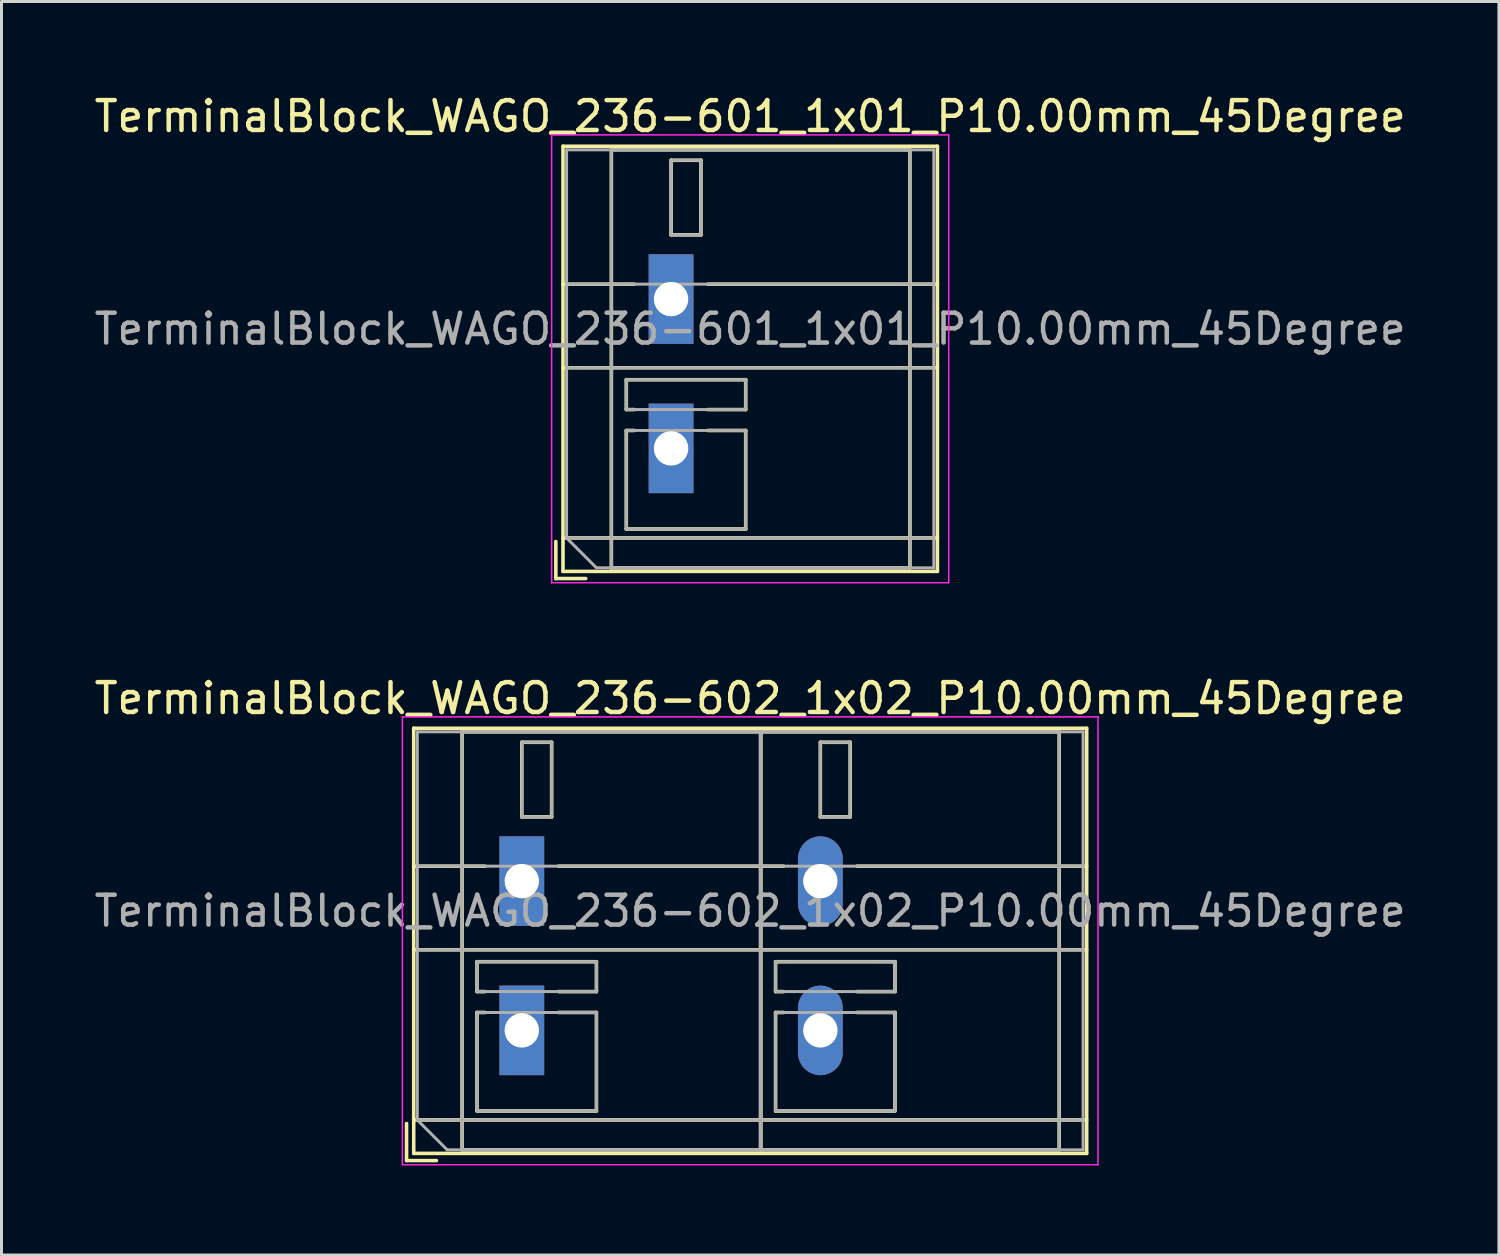
<source format=kicad_pcb>
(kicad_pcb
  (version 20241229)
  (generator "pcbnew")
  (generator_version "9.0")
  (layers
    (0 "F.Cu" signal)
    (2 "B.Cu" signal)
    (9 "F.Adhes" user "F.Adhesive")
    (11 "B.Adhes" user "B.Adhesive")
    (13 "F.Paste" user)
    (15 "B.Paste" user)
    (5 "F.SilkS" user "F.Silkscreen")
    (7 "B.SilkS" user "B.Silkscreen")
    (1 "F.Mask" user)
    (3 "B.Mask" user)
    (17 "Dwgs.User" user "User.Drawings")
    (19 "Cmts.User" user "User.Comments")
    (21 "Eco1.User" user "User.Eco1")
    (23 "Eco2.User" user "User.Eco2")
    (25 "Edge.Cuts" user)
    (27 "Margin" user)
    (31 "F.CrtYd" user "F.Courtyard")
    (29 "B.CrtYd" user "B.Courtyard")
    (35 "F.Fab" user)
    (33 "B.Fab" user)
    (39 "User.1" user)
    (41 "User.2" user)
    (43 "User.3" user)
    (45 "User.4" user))
  (footprint "TerminalBlock_WAGO_236-602_1x02_P10.00mm_45Degree"
    (layer "F.Cu")
    (at 14.427 26.462)
    (property "Reference" "TerminalBlock_WAGO_236-602_1x02_P10.00mm_45Degree" (at 7.65 -6.12 0) (layer "F.SilkS") (effects (font (size 1 1) (thickness 0.15))))
    (attr through_hole)
    (fp_line (start -3.86 8.12) (end -3.86 9.36) (stroke (width 0.12) (type solid)) (layer "F.SilkS"))
    (fp_line (start -3.86 9.36) (end -2.86 9.36) (stroke (width 0.12) (type solid)) (layer "F.SilkS"))
    (fp_line (start -3.62 -5.12) (end -3.62 9.12) (stroke (width 0.12) (type solid)) (layer "F.SilkS"))
    (fp_line (start -3.62 -5.12) (end 18.92 -5.12) (stroke (width 0.12) (type solid)) (layer "F.SilkS"))
    (fp_line (start -3.62 -0.5) (end -1.23 -0.5) (stroke (width 0.12) (type solid)) (layer "F.SilkS"))
    (fp_line (start -3.62 2.3) (end 18.92 2.3) (stroke (width 0.12) (type solid)) (layer "F.SilkS"))
    (fp_line (start -3.62 8) (end 18.92 8) (stroke (width 0.12) (type solid)) (layer "F.SilkS"))
    (fp_line (start -3.62 9.12) (end 18.92 9.12) (stroke (width 0.12) (type solid)) (layer "F.SilkS"))
    (fp_line (start -2 -5) (end -2 9) (stroke (width 0.12) (type solid)) (layer "F.SilkS"))
    (fp_line (start -2 -5) (end 8 -5) (stroke (width 0.12) (type solid)) (layer "F.SilkS"))
    (fp_line (start -2 9) (end 8 9) (stroke (width 0.12) (type solid)) (layer "F.SilkS"))
    (fp_line (start -1.5 2.7) (end -1.5 3.7) (stroke (width 0.12) (type solid)) (layer "F.SilkS"))
    (fp_line (start -1.5 2.7) (end 2.5 2.7) (stroke (width 0.12) (type solid)) (layer "F.SilkS"))
    (fp_line (start -1.5 3.7) (end -1.23 3.7) (stroke (width 0.12) (type solid)) (layer "F.SilkS"))
    (fp_line (start -1.5 4.4) (end -1.5 7.7) (stroke (width 0.12) (type solid)) (layer "F.SilkS"))
    (fp_line (start -1.5 4.4) (end -1.23 4.4) (stroke (width 0.12) (type solid)) (layer "F.SilkS"))
    (fp_line (start -1.5 7.7) (end 2.5 7.7) (stroke (width 0.12) (type solid)) (layer "F.SilkS"))
    (fp_line (start 0 -4.65) (end 0 -2.151) (stroke (width 0.12) (type solid)) (layer "F.SilkS"))
    (fp_line (start 0 -4.65) (end 1 -4.65) (stroke (width 0.12) (type solid)) (layer "F.SilkS"))
    (fp_line (start 0 -2.151) (end 1 -2.151) (stroke (width 0.12) (type solid)) (layer "F.SilkS"))
    (fp_line (start 1 -4.65) (end 1 -2.151) (stroke (width 0.12) (type solid)) (layer "F.SilkS"))
    (fp_line (start 1.23 -0.5) (end 8.77 -0.5) (stroke (width 0.12) (type solid)) (layer "F.SilkS"))
    (fp_line (start 1.23 3.7) (end 2.5 3.7) (stroke (width 0.12) (type solid)) (layer "F.SilkS"))
    (fp_line (start 1.23 4.4) (end 2.5 4.4) (stroke (width 0.12) (type solid)) (layer "F.SilkS"))
    (fp_line (start 2.5 2.7) (end 2.5 3.7) (stroke (width 0.12) (type solid)) (layer "F.SilkS"))
    (fp_line (start 2.5 4.4) (end 2.5 7.7) (stroke (width 0.12) (type solid)) (layer "F.SilkS"))
    (fp_line (start 8 -5) (end 8 9) (stroke (width 0.12) (type solid)) (layer "F.SilkS"))
    (fp_line (start 8 -5) (end 8 9) (stroke (width 0.12) (type solid)) (layer "F.SilkS"))
    (fp_line (start 8 -5) (end 18 -5) (stroke (width 0.12) (type solid)) (layer "F.SilkS"))
    (fp_line (start 8 9) (end 18 9) (stroke (width 0.12) (type solid)) (layer "F.SilkS"))
    (fp_line (start 8.5 2.7) (end 8.5 3.7) (stroke (width 0.12) (type solid)) (layer "F.SilkS"))
    (fp_line (start 8.5 2.7) (end 12.5 2.7) (stroke (width 0.12) (type solid)) (layer "F.SilkS"))
    (fp_line (start 8.5 3.7) (end 8.77 3.7) (stroke (width 0.12) (type solid)) (layer "F.SilkS"))
    (fp_line (start 8.5 4.4) (end 8.5 7.7) (stroke (width 0.12) (type solid)) (layer "F.SilkS"))
    (fp_line (start 8.5 4.4) (end 8.77 4.4) (stroke (width 0.12) (type solid)) (layer "F.SilkS"))
    (fp_line (start 8.5 7.7) (end 12.5 7.7) (stroke (width 0.12) (type solid)) (layer "F.SilkS"))
    (fp_line (start 10 -4.65) (end 10 -2.151) (stroke (width 0.12) (type solid)) (layer "F.SilkS"))
    (fp_line (start 10 -4.65) (end 11 -4.65) (stroke (width 0.12) (type solid)) (layer "F.SilkS"))
    (fp_line (start 10 -2.151) (end 11 -2.151) (stroke (width 0.12) (type solid)) (layer "F.SilkS"))
    (fp_line (start 11 -4.65) (end 11 -2.151) (stroke (width 0.12) (type solid)) (layer "F.SilkS"))
    (fp_line (start 11.23 -0.5) (end 18.92 -0.5) (stroke (width 0.12) (type solid)) (layer "F.SilkS"))
    (fp_line (start 11.23 3.7) (end 12.5 3.7) (stroke (width 0.12) (type solid)) (layer "F.SilkS"))
    (fp_line (start 11.23 4.4) (end 12.5 4.4) (stroke (width 0.12) (type solid)) (layer "F.SilkS"))
    (fp_line (start 12.5 2.7) (end 12.5 3.7) (stroke (width 0.12) (type solid)) (layer "F.SilkS"))
    (fp_line (start 12.5 4.4) (end 12.5 7.7) (stroke (width 0.12) (type solid)) (layer "F.SilkS"))
    (fp_line (start 18 -5) (end 18 9) (stroke (width 0.12) (type solid)) (layer "F.SilkS"))
    (fp_line (start 18.92 -5.12) (end 18.92 9.12) (stroke (width 0.12) (type solid)) (layer "F.SilkS"))
    (fp_line (start -4 -5.5) (end -4 9.5) (stroke (width 0.05) (type solid)) (layer "F.CrtYd"))
    (fp_line (start -4 9.5) (end 19.3 9.5) (stroke (width 0.05) (type solid)) (layer "F.CrtYd"))
    (fp_line (start 19.3 -5.5) (end -4 -5.5) (stroke (width 0.05) (type solid)) (layer "F.CrtYd"))
    (fp_line (start 19.3 9.5) (end 19.3 -5.5) (stroke (width 0.05) (type solid)) (layer "F.CrtYd"))
    (fp_line (start -3.5 -5) (end 18.8 -5) (stroke (width 0.1) (type solid)) (layer "F.Fab"))
    (fp_line (start -3.5 -0.5) (end 18.8 -0.5) (stroke (width 0.1) (type solid)) (layer "F.Fab"))
    (fp_line (start -3.5 2.3) (end 18.8 2.3) (stroke (width 0.1) (type solid)) (layer "F.Fab"))
    (fp_line (start -3.5 8) (end -3.5 -5) (stroke (width 0.1) (type solid)) (layer "F.Fab"))
    (fp_line (start -3.5 8) (end 18.8 8) (stroke (width 0.1) (type solid)) (layer "F.Fab"))
    (fp_line (start -2.5 9) (end -3.5 8) (stroke (width 0.1) (type solid)) (layer "F.Fab"))
    (fp_line (start -2 -5) (end -2 9) (stroke (width 0.1) (type solid)) (layer "F.Fab"))
    (fp_line (start -2 9) (end 8 9) (stroke (width 0.1) (type solid)) (layer "F.Fab"))
    (fp_line (start -1.5 2.7) (end -1.5 3.7) (stroke (width 0.1) (type solid)) (layer "F.Fab"))
    (fp_line (start -1.5 3.7) (end 2.5 3.7) (stroke (width 0.1) (type solid)) (layer "F.Fab"))
    (fp_line (start -1.5 4.4) (end -1.5 7.7) (stroke (width 0.1) (type solid)) (layer "F.Fab"))
    (fp_line (start -1.5 7.7) (end 2.5 7.7) (stroke (width 0.1) (type solid)) (layer "F.Fab"))
    (fp_line (start 0 -4.65) (end 0 -2.15) (stroke (width 0.1) (type solid)) (layer "F.Fab"))
    (fp_line (start 0 -2.15) (end 1 -2.15) (stroke (width 0.1) (type solid)) (layer "F.Fab"))
    (fp_line (start 1 -4.65) (end 0 -4.65) (stroke (width 0.1) (type solid)) (layer "F.Fab"))
    (fp_line (start 1 -2.15) (end 1 -4.65) (stroke (width 0.1) (type solid)) (layer "F.Fab"))
    (fp_line (start 2.5 2.7) (end -1.5 2.7) (stroke (width 0.1) (type solid)) (layer "F.Fab"))
    (fp_line (start 2.5 3.7) (end 2.5 2.7) (stroke (width 0.1) (type solid)) (layer "F.Fab"))
    (fp_line (start 2.5 4.4) (end -1.5 4.4) (stroke (width 0.1) (type solid)) (layer "F.Fab"))
    (fp_line (start 2.5 7.7) (end 2.5 4.4) (stroke (width 0.1) (type solid)) (layer "F.Fab"))
    (fp_line (start 8 -5) (end -2 -5) (stroke (width 0.1) (type solid)) (layer "F.Fab"))
    (fp_line (start 8 -5) (end 8 9) (stroke (width 0.1) (type solid)) (layer "F.Fab"))
    (fp_line (start 8 9) (end 8 -5) (stroke (width 0.1) (type solid)) (layer "F.Fab"))
    (fp_line (start 8 9) (end 18 9) (stroke (width 0.1) (type solid)) (layer "F.Fab"))
    (fp_line (start 8.5 2.7) (end 8.5 3.7) (stroke (width 0.1) (type solid)) (layer "F.Fab"))
    (fp_line (start 8.5 3.7) (end 12.5 3.7) (stroke (width 0.1) (type solid)) (layer "F.Fab"))
    (fp_line (start 8.5 4.4) (end 8.5 7.7) (stroke (width 0.1) (type solid)) (layer "F.Fab"))
    (fp_line (start 8.5 7.7) (end 12.5 7.7) (stroke (width 0.1) (type solid)) (layer "F.Fab"))
    (fp_line (start 10 -4.65) (end 10 -2.15) (stroke (width 0.1) (type solid)) (layer "F.Fab"))
    (fp_line (start 10 -2.15) (end 11 -2.15) (stroke (width 0.1) (type solid)) (layer "F.Fab"))
    (fp_line (start 11 -4.65) (end 10 -4.65) (stroke (width 0.1) (type solid)) (layer "F.Fab"))
    (fp_line (start 11 -2.15) (end 11 -4.65) (stroke (width 0.1) (type solid)) (layer "F.Fab"))
    (fp_line (start 12.5 2.7) (end 8.5 2.7) (stroke (width 0.1) (type solid)) (layer "F.Fab"))
    (fp_line (start 12.5 3.7) (end 12.5 2.7) (stroke (width 0.1) (type solid)) (layer "F.Fab"))
    (fp_line (start 12.5 4.4) (end 8.5 4.4) (stroke (width 0.1) (type solid)) (layer "F.Fab"))
    (fp_line (start 12.5 7.7) (end 12.5 4.4) (stroke (width 0.1) (type solid)) (layer "F.Fab"))
    (fp_line (start 18 -5) (end 8 -5) (stroke (width 0.1) (type solid)) (layer "F.Fab"))
    (fp_line (start 18 9) (end 18 -5) (stroke (width 0.1) (type solid)) (layer "F.Fab"))
    (fp_line (start 18.8 -5) (end 18.8 9) (stroke (width 0.1) (type solid)) (layer "F.Fab"))
    (fp_line (start 18.8 9) (end -2.5 9) (stroke (width 0.1) (type solid)) (layer "F.Fab"))
    (fp_text user "${REFERENCE}" (at 7.65 1 0) (layer "F.Fab") (effects (font (size 1 1) (thickness 0.15))))
    (pad "1" thru_hole rect (at 0 0) (size 1.5 3) (drill 1.15) (layers "*.Cu" "*.Mask"))
    (pad "1" thru_hole rect (at 0 5) (size 1.5 3) (drill 1.15) (layers "*.Cu" "*.Mask"))
    (pad "2" thru_hole oval (at 10 0) (size 1.5 3) (drill 1.15) (layers "*.Cu" "*.Mask"))
    (pad "2" thru_hole oval (at 10 5) (size 1.5 3) (drill 1.15) (layers "*.Cu" "*.Mask")))
  (footprint "TerminalBlock_WAGO_236-601_1x01_P10.00mm_45Degree"
    (layer "F.Cu")
    (at 19.427 6.968)
    (property "Reference" "TerminalBlock_WAGO_236-601_1x01_P10.00mm_45Degree" (at 2.65 -6.12 0) (layer "F.SilkS") (effects (font (size 1 1) (thickness 0.15))))
    (attr through_hole)
    (fp_line (start -3.86 8.12) (end -3.86 9.36) (stroke (width 0.12) (type solid)) (layer "F.SilkS"))
    (fp_line (start -3.86 9.36) (end -2.86 9.36) (stroke (width 0.12) (type solid)) (layer "F.SilkS"))
    (fp_line (start -3.62 -5.12) (end -3.62 9.12) (stroke (width 0.12) (type solid)) (layer "F.SilkS"))
    (fp_line (start -3.62 -5.12) (end 8.921 -5.12) (stroke (width 0.12) (type solid)) (layer "F.SilkS"))
    (fp_line (start -3.62 -0.5) (end -1.23 -0.5) (stroke (width 0.12) (type solid)) (layer "F.SilkS"))
    (fp_line (start -3.62 2.3) (end 8.921 2.3) (stroke (width 0.12) (type solid)) (layer "F.SilkS"))
    (fp_line (start -3.62 8) (end 8.921 8) (stroke (width 0.12) (type solid)) (layer "F.SilkS"))
    (fp_line (start -3.62 9.12) (end 8.921 9.12) (stroke (width 0.12) (type solid)) (layer "F.SilkS"))
    (fp_line (start -2 -5) (end -2 9) (stroke (width 0.12) (type solid)) (layer "F.SilkS"))
    (fp_line (start -2 -5) (end 8 -5) (stroke (width 0.12) (type solid)) (layer "F.SilkS"))
    (fp_line (start -2 9) (end 8 9) (stroke (width 0.12) (type solid)) (layer "F.SilkS"))
    (fp_line (start -1.5 2.7) (end -1.5 3.7) (stroke (width 0.12) (type solid)) (layer "F.SilkS"))
    (fp_line (start -1.5 2.7) (end 2.5 2.7) (stroke (width 0.12) (type solid)) (layer "F.SilkS"))
    (fp_line (start -1.5 3.7) (end -1.23 3.7) (stroke (width 0.12) (type solid)) (layer "F.SilkS"))
    (fp_line (start -1.5 4.4) (end -1.5 7.7) (stroke (width 0.12) (type solid)) (layer "F.SilkS"))
    (fp_line (start -1.5 4.4) (end -1.23 4.4) (stroke (width 0.12) (type solid)) (layer "F.SilkS"))
    (fp_line (start -1.5 7.7) (end 2.5 7.7) (stroke (width 0.12) (type solid)) (layer "F.SilkS"))
    (fp_line (start 0 -4.65) (end 0 -2.151) (stroke (width 0.12) (type solid)) (layer "F.SilkS"))
    (fp_line (start 0 -4.65) (end 1 -4.65) (stroke (width 0.12) (type solid)) (layer "F.SilkS"))
    (fp_line (start 0 -2.151) (end 1 -2.151) (stroke (width 0.12) (type solid)) (layer "F.SilkS"))
    (fp_line (start 1 -4.65) (end 1 -2.151) (stroke (width 0.12) (type solid)) (layer "F.SilkS"))
    (fp_line (start 1.23 -0.5) (end 8.921 -0.5) (stroke (width 0.12) (type solid)) (layer "F.SilkS"))
    (fp_line (start 1.23 3.7) (end 2.5 3.7) (stroke (width 0.12) (type solid)) (layer "F.SilkS"))
    (fp_line (start 1.23 4.4) (end 2.5 4.4) (stroke (width 0.12) (type solid)) (layer "F.SilkS"))
    (fp_line (start 2.5 2.7) (end 2.5 3.7) (stroke (width 0.12) (type solid)) (layer "F.SilkS"))
    (fp_line (start 2.5 4.4) (end 2.5 7.7) (stroke (width 0.12) (type solid)) (layer "F.SilkS"))
    (fp_line (start 8 -5) (end 8 9) (stroke (width 0.12) (type solid)) (layer "F.SilkS"))
    (fp_line (start 8.921 -5.12) (end 8.921 9.12) (stroke (width 0.12) (type solid)) (layer "F.SilkS"))
    (fp_line (start -4 -5.5) (end -4 9.5) (stroke (width 0.05) (type solid)) (layer "F.CrtYd"))
    (fp_line (start -4 9.5) (end 9.3 9.5) (stroke (width 0.05) (type solid)) (layer "F.CrtYd"))
    (fp_line (start 9.3 -5.5) (end -4 -5.5) (stroke (width 0.05) (type solid)) (layer "F.CrtYd"))
    (fp_line (start 9.3 9.5) (end 9.3 -5.5) (stroke (width 0.05) (type solid)) (layer "F.CrtYd"))
    (fp_line (start -3.5 -5) (end 8.8 -5) (stroke (width 0.1) (type solid)) (layer "F.Fab"))
    (fp_line (start -3.5 -0.5) (end 8.8 -0.5) (stroke (width 0.1) (type solid)) (layer "F.Fab"))
    (fp_line (start -3.5 2.3) (end 8.8 2.3) (stroke (width 0.1) (type solid)) (layer "F.Fab"))
    (fp_line (start -3.5 8) (end -3.5 -5) (stroke (width 0.1) (type solid)) (layer "F.Fab"))
    (fp_line (start -3.5 8) (end 8.8 8) (stroke (width 0.1) (type solid)) (layer "F.Fab"))
    (fp_line (start -2.5 9) (end -3.5 8) (stroke (width 0.1) (type solid)) (layer "F.Fab"))
    (fp_line (start -2 -5) (end -2 9) (stroke (width 0.1) (type solid)) (layer "F.Fab"))
    (fp_line (start -2 9) (end 8 9) (stroke (width 0.1) (type solid)) (layer "F.Fab"))
    (fp_line (start -1.5 2.7) (end -1.5 3.7) (stroke (width 0.1) (type solid)) (layer "F.Fab"))
    (fp_line (start -1.5 3.7) (end 2.5 3.7) (stroke (width 0.1) (type solid)) (layer "F.Fab"))
    (fp_line (start -1.5 4.4) (end -1.5 7.7) (stroke (width 0.1) (type solid)) (layer "F.Fab"))
    (fp_line (start -1.5 7.7) (end 2.5 7.7) (stroke (width 0.1) (type solid)) (layer "F.Fab"))
    (fp_line (start 0 -4.65) (end 0 -2.15) (stroke (width 0.1) (type solid)) (layer "F.Fab"))
    (fp_line (start 0 -2.15) (end 1 -2.15) (stroke (width 0.1) (type solid)) (layer "F.Fab"))
    (fp_line (start 1 -4.65) (end 0 -4.65) (stroke (width 0.1) (type solid)) (layer "F.Fab"))
    (fp_line (start 1 -2.15) (end 1 -4.65) (stroke (width 0.1) (type solid)) (layer "F.Fab"))
    (fp_line (start 2.5 2.7) (end -1.5 2.7) (stroke (width 0.1) (type solid)) (layer "F.Fab"))
    (fp_line (start 2.5 3.7) (end 2.5 2.7) (stroke (width 0.1) (type solid)) (layer "F.Fab"))
    (fp_line (start 2.5 4.4) (end -1.5 4.4) (stroke (width 0.1) (type solid)) (layer "F.Fab"))
    (fp_line (start 2.5 7.7) (end 2.5 4.4) (stroke (width 0.1) (type solid)) (layer "F.Fab"))
    (fp_line (start 8 -5) (end -2 -5) (stroke (width 0.1) (type solid)) (layer "F.Fab"))
    (fp_line (start 8 9) (end 8 -5) (stroke (width 0.1) (type solid)) (layer "F.Fab"))
    (fp_line (start 8.8 -5) (end 8.8 9) (stroke (width 0.1) (type solid)) (layer "F.Fab"))
    (fp_line (start 8.8 9) (end -2.5 9) (stroke (width 0.1) (type solid)) (layer "F.Fab"))
    (fp_text user "${REFERENCE}" (at 2.65 1 0) (layer "F.Fab") (effects (font (size 1 1) (thickness 0.15))))
    (pad "1" thru_hole rect (at 0 0) (size 1.5 3) (drill 1.15) (layers "*.Cu" "*.Mask"))
    (pad "1" thru_hole rect (at 0 5) (size 1.5 3) (drill 1.15) (layers "*.Cu" "*.Mask")))
  (gr_rect
    (start -3 -3)
    (end 47.155 38.986)
    (stroke (width 0.1) (type default))
    (fill no)
    (layer "Edge.Cuts")))
</source>
